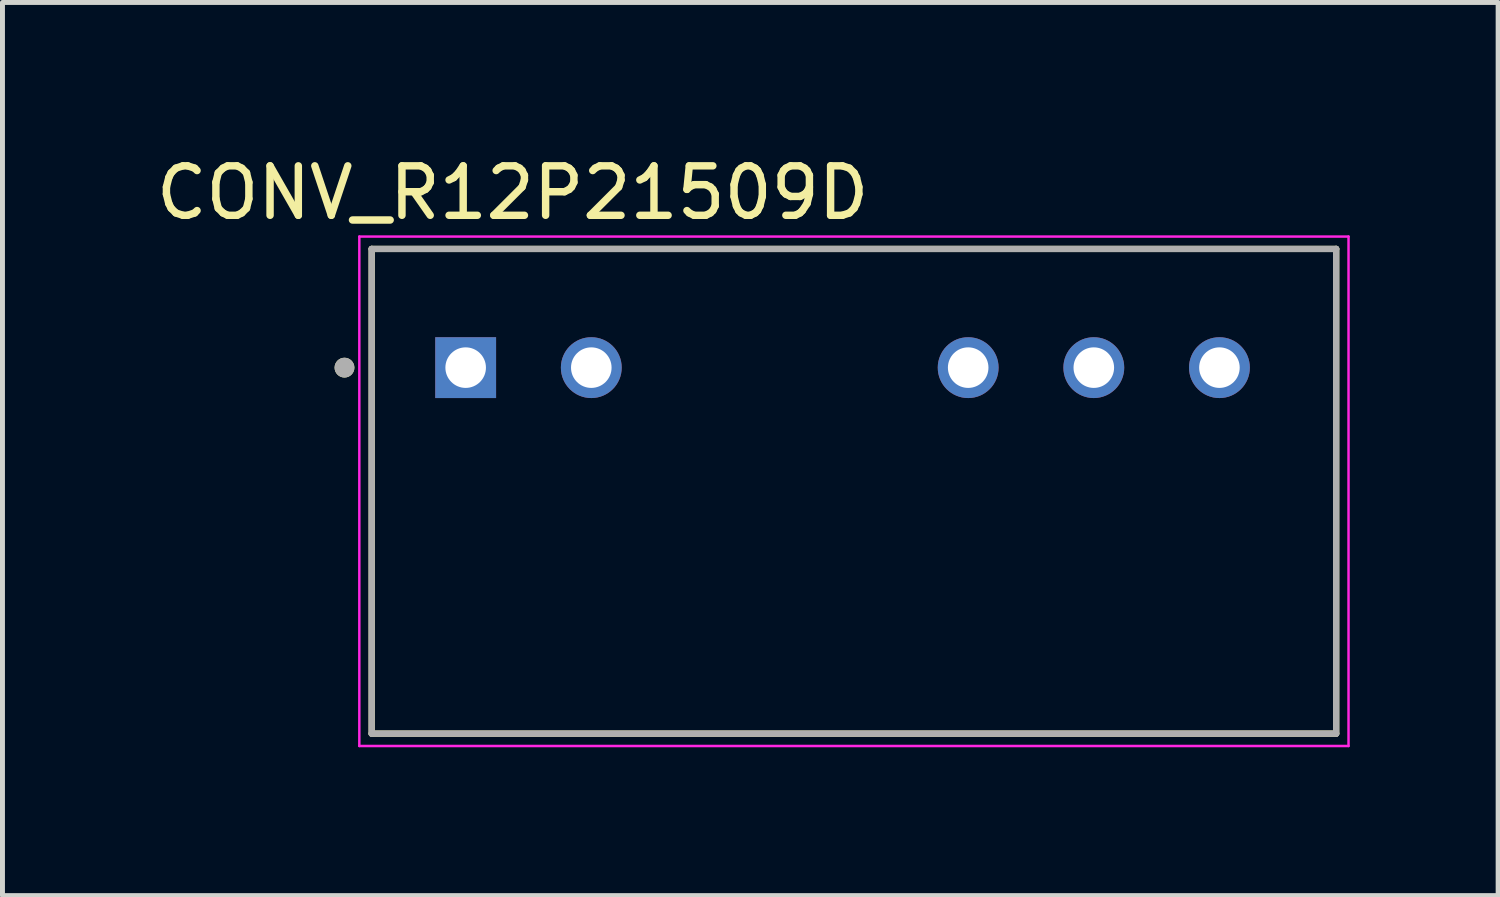
<source format=kicad_pcb>
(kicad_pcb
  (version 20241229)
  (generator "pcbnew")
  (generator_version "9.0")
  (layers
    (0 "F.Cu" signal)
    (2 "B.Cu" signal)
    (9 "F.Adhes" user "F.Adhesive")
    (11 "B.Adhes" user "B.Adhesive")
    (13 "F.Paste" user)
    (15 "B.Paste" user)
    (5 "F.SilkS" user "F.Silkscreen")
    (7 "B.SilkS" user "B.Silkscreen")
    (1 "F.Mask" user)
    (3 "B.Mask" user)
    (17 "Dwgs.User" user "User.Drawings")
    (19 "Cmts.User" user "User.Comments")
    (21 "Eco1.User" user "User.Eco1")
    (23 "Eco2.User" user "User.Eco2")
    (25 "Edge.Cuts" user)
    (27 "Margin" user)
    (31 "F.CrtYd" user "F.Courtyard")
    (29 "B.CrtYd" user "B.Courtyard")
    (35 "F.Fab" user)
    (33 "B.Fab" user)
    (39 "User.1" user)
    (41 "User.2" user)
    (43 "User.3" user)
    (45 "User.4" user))
  (footprint "CONV_R12P21509D"
    (layer "F.Cu")
    (at 14.215 6.883)
    (property "Reference" "CONV_R12P21509D" (at -6.9 -6.035 0) (layer "F.SilkS") (effects (font (size 1 1) (thickness 0.15))))
    (attr through_hole)
    (fp_line (start -9.75 -4.9) (end 9.75 -4.9) (stroke (width 0.127) (type solid)) (layer "F.SilkS"))
    (fp_line (start -9.75 4.9) (end -9.75 -4.9) (stroke (width 0.127) (type solid)) (layer "F.SilkS"))
    (fp_line (start 9.75 -4.9) (end 9.75 4.9) (stroke (width 0.127) (type solid)) (layer "F.SilkS"))
    (fp_line (start 9.75 4.9) (end -9.75 4.9) (stroke (width 0.127) (type solid)) (layer "F.SilkS"))
    (fp_circle (center -10.3 -2.5) (end -10.2 -2.5) (stroke (width 0.2) (type solid)) (fill no) (layer "F.SilkS"))
    (fp_line (start -10 -5.15) (end 10 -5.15) (stroke (width 0.05) (type solid)) (layer "F.CrtYd"))
    (fp_line (start -10 5.15) (end -10 -5.15) (stroke (width 0.05) (type solid)) (layer "F.CrtYd"))
    (fp_line (start 10 -5.15) (end 10 5.15) (stroke (width 0.05) (type solid)) (layer "F.CrtYd"))
    (fp_line (start 10 5.15) (end -10 5.15) (stroke (width 0.05) (type solid)) (layer "F.CrtYd"))
    (fp_line (start -9.75 -4.9) (end -9.75 4.9) (stroke (width 0.127) (type solid)) (layer "F.Fab"))
    (fp_line (start -9.75 4.9) (end 9.75 4.9) (stroke (width 0.127) (type solid)) (layer "F.Fab"))
    (fp_line (start 9.75 -4.9) (end -9.75 -4.9) (stroke (width 0.127) (type solid)) (layer "F.Fab"))
    (fp_line (start 9.75 4.9) (end 9.75 -4.9) (stroke (width 0.127) (type solid)) (layer "F.Fab"))
    (fp_circle (center -10.3 -2.5) (end -10.2 -2.5) (stroke (width 0.2) (type solid)) (fill no) (layer "F.Fab"))
    (pad "1" thru_hole rect (at -7.85 -2.5) (size 1.23 1.23) (drill 0.82) (layers "*.Cu" "*.Mask"))
    (pad "2" thru_hole circle (at -5.31 -2.5) (size 1.23 1.23) (drill 0.82) (layers "*.Cu" "*.Mask"))
    (pad "5" thru_hole circle (at 2.31 -2.5) (size 1.23 1.23) (drill 0.82) (layers "*.Cu" "*.Mask"))
    (pad "6" thru_hole circle (at 4.85 -2.5) (size 1.23 1.23) (drill 0.82) (layers "*.Cu" "*.Mask"))
    (pad "7" thru_hole circle (at 7.39 -2.5) (size 1.23 1.23) (drill 0.82) (layers "*.Cu" "*.Mask")))
  (gr_rect
    (start -3 -3)
    (end 27.24 15.058)
    (stroke (width 0.1) (type default))
    (fill no)
    (layer "Edge.Cuts")))
</source>
